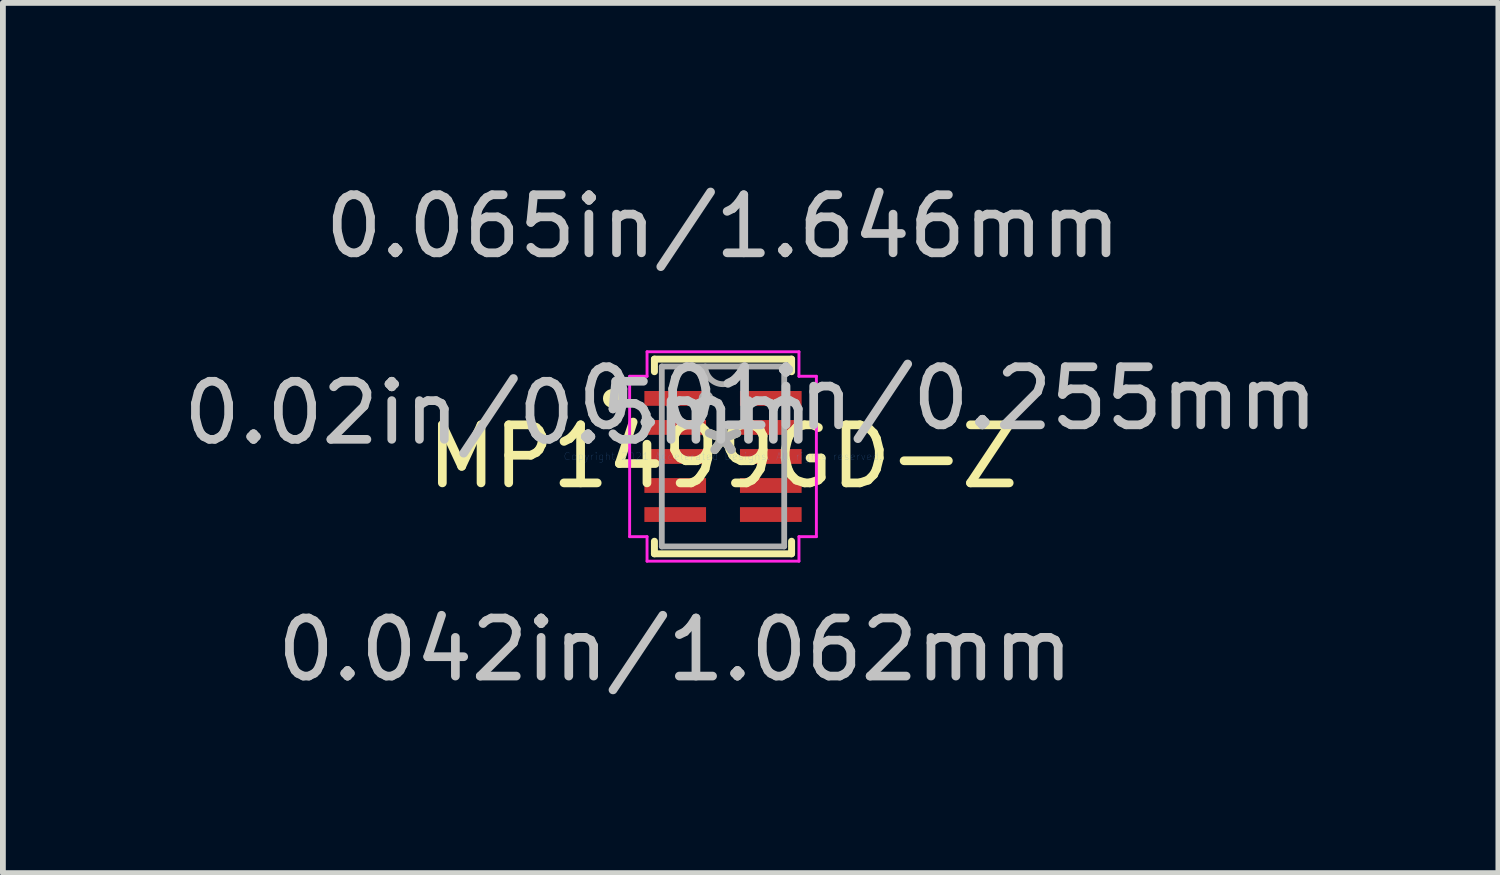
<source format=kicad_pcb>
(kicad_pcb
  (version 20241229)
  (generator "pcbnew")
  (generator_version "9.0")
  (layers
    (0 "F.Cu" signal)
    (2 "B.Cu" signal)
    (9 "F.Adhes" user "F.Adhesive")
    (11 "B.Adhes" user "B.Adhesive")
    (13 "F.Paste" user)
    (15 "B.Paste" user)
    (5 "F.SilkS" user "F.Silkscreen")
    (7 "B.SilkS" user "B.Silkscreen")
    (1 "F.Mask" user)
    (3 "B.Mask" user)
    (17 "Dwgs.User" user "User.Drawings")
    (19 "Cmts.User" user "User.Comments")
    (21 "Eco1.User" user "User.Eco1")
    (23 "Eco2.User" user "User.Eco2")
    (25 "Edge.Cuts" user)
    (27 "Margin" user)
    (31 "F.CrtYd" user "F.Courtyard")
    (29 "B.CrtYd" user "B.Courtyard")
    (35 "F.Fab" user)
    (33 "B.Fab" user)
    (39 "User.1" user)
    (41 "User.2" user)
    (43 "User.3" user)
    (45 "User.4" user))
  (footprint "MP1499GD-Z"
    (layer "F.Cu")
    (at 9.401 4.811)
    (property "Reference" "MP1499GD-Z" (at 0 0 0) (layer "F.SilkS") (effects (font (size 1 1) (thickness 0.15))))
    (attr through_hole)
    (fp_line (start -1.181 -1.676) (end -1.181 -1.46) (stroke (width 0.12) (type solid)) (layer "F.SilkS"))
    (fp_line (start -1.181 1.46) (end -1.181 1.676) (stroke (width 0.12) (type solid)) (layer "F.SilkS"))
    (fp_line (start -1.181 1.676) (end 1.181 1.676) (stroke (width 0.12) (type solid)) (layer "F.SilkS"))
    (fp_line (start 1.181 -1.676) (end -1.181 -1.676) (stroke (width 0.12) (type solid)) (layer "F.SilkS"))
    (fp_line (start 1.181 -1.46) (end 1.181 -1.676) (stroke (width 0.12) (type solid)) (layer "F.SilkS"))
    (fp_line (start 1.181 1.676) (end 1.181 1.46) (stroke (width 0.12) (type solid)) (layer "F.SilkS"))
    (fp_circle (center -1.905 -1) (end -1.803 -1) (stroke (width 0.12) (type solid)) (fill no) (layer "F.SilkS"))
    (fp_line (start -1.608 -1.381) (end -1.308 -1.381) (stroke (width 0.05) (type solid)) (layer "F.CrtYd"))
    (fp_line (start -1.608 1.381) (end -1.608 -1.381) (stroke (width 0.05) (type solid)) (layer "F.CrtYd"))
    (fp_line (start -1.308 -1.803) (end 1.308 -1.803) (stroke (width 0.05) (type solid)) (layer "F.CrtYd"))
    (fp_line (start -1.308 -1.381) (end -1.308 -1.803) (stroke (width 0.05) (type solid)) (layer "F.CrtYd"))
    (fp_line (start -1.308 1.381) (end -1.608 1.381) (stroke (width 0.05) (type solid)) (layer "F.CrtYd"))
    (fp_line (start -1.308 1.803) (end -1.308 1.381) (stroke (width 0.05) (type solid)) (layer "F.CrtYd"))
    (fp_line (start 1.308 -1.803) (end 1.308 -1.381) (stroke (width 0.05) (type solid)) (layer "F.CrtYd"))
    (fp_line (start 1.308 -1.381) (end 1.608 -1.381) (stroke (width 0.05) (type solid)) (layer "F.CrtYd"))
    (fp_line (start 1.308 1.381) (end 1.308 1.803) (stroke (width 0.05) (type solid)) (layer "F.CrtYd"))
    (fp_line (start 1.308 1.803) (end -1.308 1.803) (stroke (width 0.05) (type solid)) (layer "F.CrtYd"))
    (fp_line (start 1.608 -1.381) (end 1.608 1.381) (stroke (width 0.05) (type solid)) (layer "F.CrtYd"))
    (fp_line (start 1.608 1.381) (end 1.308 1.381) (stroke (width 0.05) (type solid)) (layer "F.CrtYd"))
    (fp_line (start -1.054 -1.549) (end -1.054 1.549) (stroke (width 0.1) (type solid)) (layer "F.Fab"))
    (fp_line (start -1.054 1.549) (end 1.054 1.549) (stroke (width 0.1) (type solid)) (layer "F.Fab"))
    (fp_line (start 1.054 -1.549) (end -1.054 -1.549) (stroke (width 0.1) (type solid)) (layer "F.Fab"))
    (fp_line (start 1.054 1.549) (end 1.054 -1.549) (stroke (width 0.1) (type solid)) (layer "F.Fab"))
    (fp_arc (start 0.3048 -1.5494) (mid 0 -1.2446) (end -0.3048 -1.5494) (stroke (width 0.1) (type solid)) (layer "F.Fab"))
    (fp_circle (center -0.292 -1) (end -0.216 -1) (stroke (width 0.1) (type solid)) (fill no) (layer "F.Fab"))
    (fp_text user "*" (at 0 0 0) (layer "F.SilkS") (effects (font (size 1 1) (thickness 0.15))))
    (fp_text user "0.042in/1.062mm" (at -0.823 3.327 0) (layer "Dwgs.User") (effects (font (size 1 1) (thickness 0.15))))
    (fp_text user "0.02in/0.5mm" (at -3.871 -0.75 0) (layer "Dwgs.User") (effects (font (size 1 1) (thickness 0.15))))
    (fp_text user "0.01in/0.255mm" (at 3.871 -1 0) (layer "Dwgs.User") (effects (font (size 1 1) (thickness 0.15))))
    (fp_text user "0.065in/1.646mm" (at 0 -3.962 0) (layer "Dwgs.User") (effects (font (size 1 1) (thickness 0.15))))
    (fp_text user "Copyright 2021 Accelerated Designs. All rights reserved." (at 0 0 0) (layer "Cmts.User") (effects (font (size 0.127 0.127) (thickness 0.002))))
    (fp_text user "*" (at 0 0 0) (layer "F.Fab") (effects (font (size 1 1) (thickness 0.15))))
    (pad "1" smd rect (at -0.823 -1) (size 1.062 0.255) (layers "F.Cu" "F.Mask" "F.Paste"))
    (pad "2" smd rect (at -0.823 -0.5) (size 1.062 0.255) (layers "F.Cu" "F.Mask" "F.Paste"))
    (pad "3" smd rect (at -0.823 0) (size 1.062 0.255) (layers "F.Cu" "F.Mask" "F.Paste"))
    (pad "4" smd rect (at -0.823 0.5) (size 1.062 0.255) (layers "F.Cu" "F.Mask" "F.Paste"))
    (pad "5" smd rect (at -0.823 1) (size 1.062 0.255) (layers "F.Cu" "F.Mask" "F.Paste"))
    (pad "6" smd rect (at 0.823 1) (size 1.062 0.255) (layers "F.Cu" "F.Mask" "F.Paste"))
    (pad "7" smd rect (at 0.823 0.5) (size 1.062 0.255) (layers "F.Cu" "F.Mask" "F.Paste"))
    (pad "8" smd rect (at 0.823 0) (size 1.062 0.255) (layers "F.Cu" "F.Mask" "F.Paste"))
    (pad "9" smd rect (at 0.823 -0.5) (size 1.062 0.255) (layers "F.Cu" "F.Mask" "F.Paste"))
    (pad "10" smd rect (at 0.823 -1) (size 1.062 0.255) (layers "F.Cu" "F.Mask" "F.Paste")))
  (gr_rect
    (start -3 -3)
    (end 22.754 11.986)
    (stroke (width 0.1) (type default))
    (fill no)
    (layer "Edge.Cuts")))
</source>
